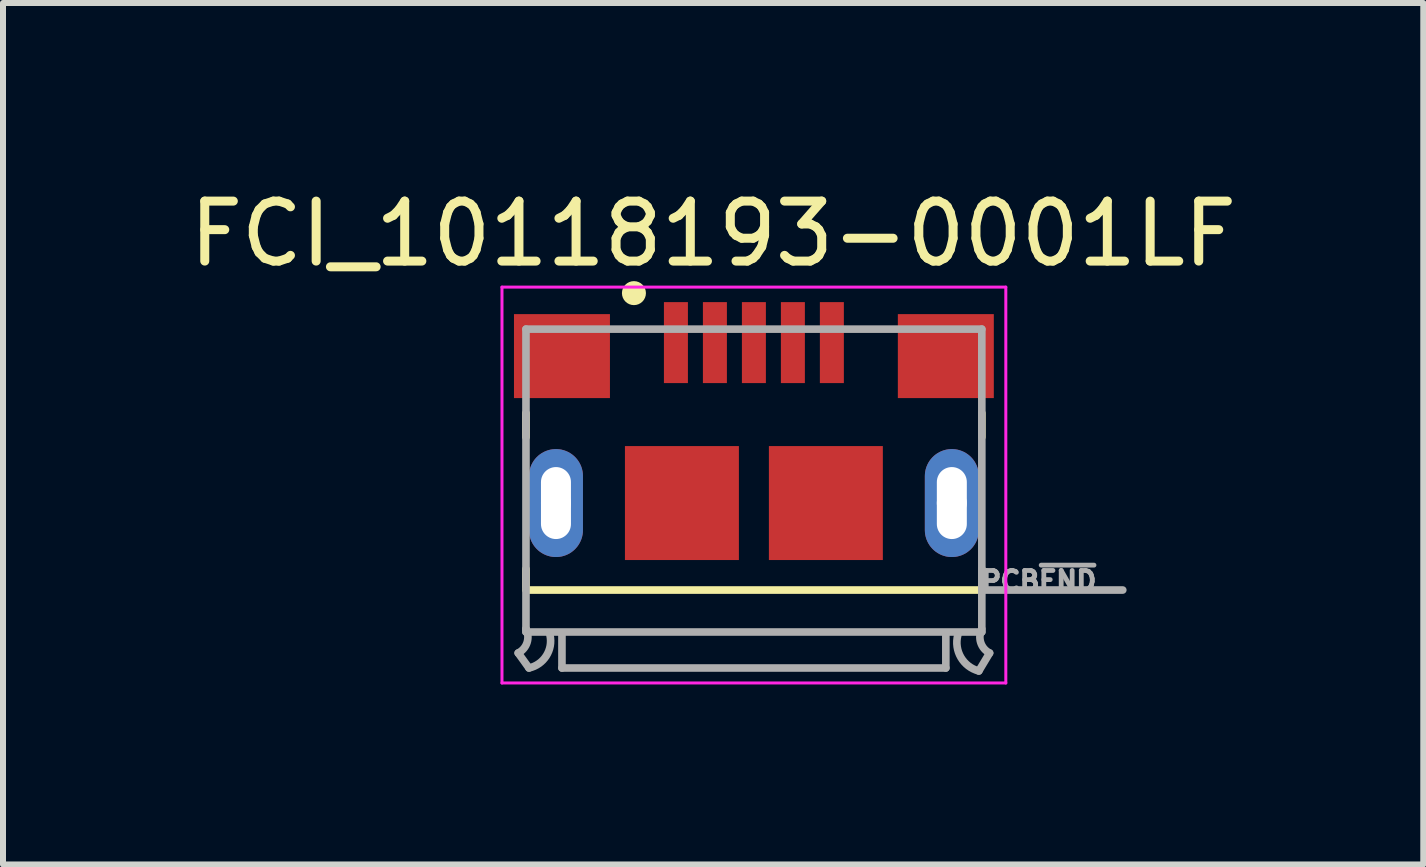
<source format=kicad_pcb>
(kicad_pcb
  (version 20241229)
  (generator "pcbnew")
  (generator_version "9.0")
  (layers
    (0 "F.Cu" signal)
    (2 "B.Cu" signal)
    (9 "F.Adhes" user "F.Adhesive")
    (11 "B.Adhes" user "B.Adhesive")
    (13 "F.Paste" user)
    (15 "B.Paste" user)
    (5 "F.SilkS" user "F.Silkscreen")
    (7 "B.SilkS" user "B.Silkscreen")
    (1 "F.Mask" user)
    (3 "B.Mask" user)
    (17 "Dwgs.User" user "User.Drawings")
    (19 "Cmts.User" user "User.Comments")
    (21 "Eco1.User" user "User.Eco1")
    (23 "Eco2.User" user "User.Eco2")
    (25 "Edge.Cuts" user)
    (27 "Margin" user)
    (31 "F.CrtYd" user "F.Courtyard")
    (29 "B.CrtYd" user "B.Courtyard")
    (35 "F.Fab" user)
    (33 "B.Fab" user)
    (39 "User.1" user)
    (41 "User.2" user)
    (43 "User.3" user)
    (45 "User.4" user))
  (footprint "FCI_10118193-0001LF"
    (layer "F.Cu")
    (at 9.519 5.337)
    (property "Reference" "FCI_10118193-0001LF" (at -0.679 -4.489 0) (layer "F.SilkS") (effects (font (size 1 1) (thickness 0.15))))
    (attr through_hole)
    (fp_line (start -3.8 -1.5) (end -3.8 -1.1) (stroke (width 0.127) (type solid)) (layer "F.SilkS"))
    (fp_line (start -3.8 1.1) (end -3.8 1.4) (stroke (width 0.127) (type solid)) (layer "F.SilkS"))
    (fp_line (start -3.8 1.45) (end 3.8 1.45) (stroke (width 0.127) (type solid)) (layer "F.SilkS"))
    (fp_line (start 3.8 -1.1) (end 3.8 -1.5) (stroke (width 0.127) (type solid)) (layer "F.SilkS"))
    (fp_line (start 3.8 1.1) (end 3.8 1.4) (stroke (width 0.127) (type solid)) (layer "F.SilkS"))
    (fp_circle (center -2 -3.5) (end -1.9 -3.5) (stroke (width 0.2) (type solid)) (fill no) (layer "F.SilkS"))
    (fp_line (start -4.2 -3.6) (end -4.2 3) (stroke (width 0.05) (type solid)) (layer "F.CrtYd"))
    (fp_line (start -4.2 3) (end 4.2 3) (stroke (width 0.05) (type solid)) (layer "F.CrtYd"))
    (fp_line (start 4.2 -3.6) (end -4.2 -3.6) (stroke (width 0.05) (type solid)) (layer "F.CrtYd"))
    (fp_line (start 4.2 3) (end 4.2 -3.6) (stroke (width 0.05) (type solid)) (layer "F.CrtYd"))
    (fp_line (start -3.93 2.5) (end -3.75 2.75) (stroke (width 0.127) (type solid)) (layer "F.Fab"))
    (fp_line (start -3.8 -2.9) (end 3.8 -2.9) (stroke (width 0.127) (type solid)) (layer "F.Fab"))
    (fp_line (start -3.8 2.1) (end -3.8 -2.9) (stroke (width 0.127) (type solid)) (layer "F.Fab"))
    (fp_line (start -3.8 2.15) (end -3.8 2.1) (stroke (width 0.127) (type solid)) (layer "F.Fab"))
    (fp_line (start -3.2 2.2) (end -3.2 2.75) (stroke (width 0.127) (type solid)) (layer "F.Fab"))
    (fp_line (start -3.2 2.75) (end 3.2 2.75) (stroke (width 0.127) (type solid)) (layer "F.Fab"))
    (fp_line (start 3.2 2.75) (end 3.2 2.2) (stroke (width 0.127) (type solid)) (layer "F.Fab"))
    (fp_line (start 3.8 -2.9) (end 3.8 1.45) (stroke (width 0.127) (type solid)) (layer "F.Fab"))
    (fp_line (start 3.8 1.45) (end 3.8 2.15) (stroke (width 0.127) (type solid)) (layer "F.Fab"))
    (fp_line (start 3.8 1.45) (end 6.15 1.45) (stroke (width 0.127) (type solid)) (layer "F.Fab"))
    (fp_line (start 3.8 2.15) (end -3.8 2.15) (stroke (width 0.127) (type solid)) (layer "F.Fab"))
    (fp_line (start 3.93 2.5) (end 3.75 2.8) (stroke (width 0.127) (type solid)) (layer "F.Fab"))
    (fp_arc (start -3.8 2.1) (mid -3.782157 2.326924) (end -3.93 2.5) (stroke (width 0.127) (type solid)) (layer "F.Fab"))
    (fp_arc (start -3.4 2.2) (mid -3.461091 2.547487) (end -3.75 2.75) (stroke (width 0.127) (type solid)) (layer "F.Fab"))
    (fp_arc (start 3.75 2.8) (mid 3.450736 2.572487) (end 3.4 2.2) (stroke (width 0.127) (type solid)) (layer "F.Fab"))
    (fp_arc (start 3.93 2.5) (mid 3.782157 2.326924) (end 3.8 2.1) (stroke (width 0.127) (type solid)) (layer "F.Fab"))
    (fp_text user "PCB~{END}" (at 4.75 1.3 0) (layer "F.Fab") (effects (font (size 0.32 0.32) (thickness 0.15))))
    (pad "" np_thru_hole circle (at -3.3 0) (size 0.5 0.5) (drill 0.5) (layers "*.Cu" "*.Mask"))
    (pad "" np_thru_hole circle (at 3.3 0) (size 0.5 0.5) (drill 0.5) (layers "*.Cu" "*.Mask"))
    (pad "1" smd rect (at -1.3 -2.675) (size 0.4 1.35) (layers "F.Cu" "F.Mask" "F.Paste"))
    (pad "2" smd rect (at -0.65 -2.675) (size 0.4 1.35) (layers "F.Cu" "F.Mask" "F.Paste"))
    (pad "3" smd rect (at 0 -2.675) (size 0.4 1.35) (layers "F.Cu" "F.Mask" "F.Paste"))
    (pad "4" smd rect (at 0.65 -2.675) (size 0.4 1.35) (layers "F.Cu" "F.Mask" "F.Paste"))
    (pad "5" smd rect (at 1.3 -2.675) (size 0.4 1.35) (layers "F.Cu" "F.Mask" "F.Paste"))
    (pad "S1" smd rect (at -3.2 -2.45) (size 1.6 1.4) (layers "F.Cu" "F.Mask" "F.Paste"))
    (pad "S2" smd rect (at 3.2 -2.45) (size 1.6 1.4) (layers "F.Cu" "F.Mask" "F.Paste"))
    (pad "S3" smd rect (at 1.2 0) (size 1.9 1.9) (layers "F.Cu" "F.Mask" "F.Paste"))
    (pad "S4" smd rect (at -1.2 0) (size 1.9 1.9) (layers "F.Cu" "F.Mask" "F.Paste"))
    (pad "S5" thru_hole oval (at -3.3 0) (size 0.9 1.8) (drill oval 0.5 1.2) (layers "*.Cu" "*.Mask"))
    (pad "S6" thru_hole oval (at 3.3 0) (size 0.9 1.8) (drill oval 0.5 1.2) (layers "*.Cu" "*.Mask")))
  (gr_rect
    (start -3 -3)
    (end 20.679 11.362)
    (stroke (width 0.1) (type default))
    (fill no)
    (layer "Edge.Cuts")))
</source>
